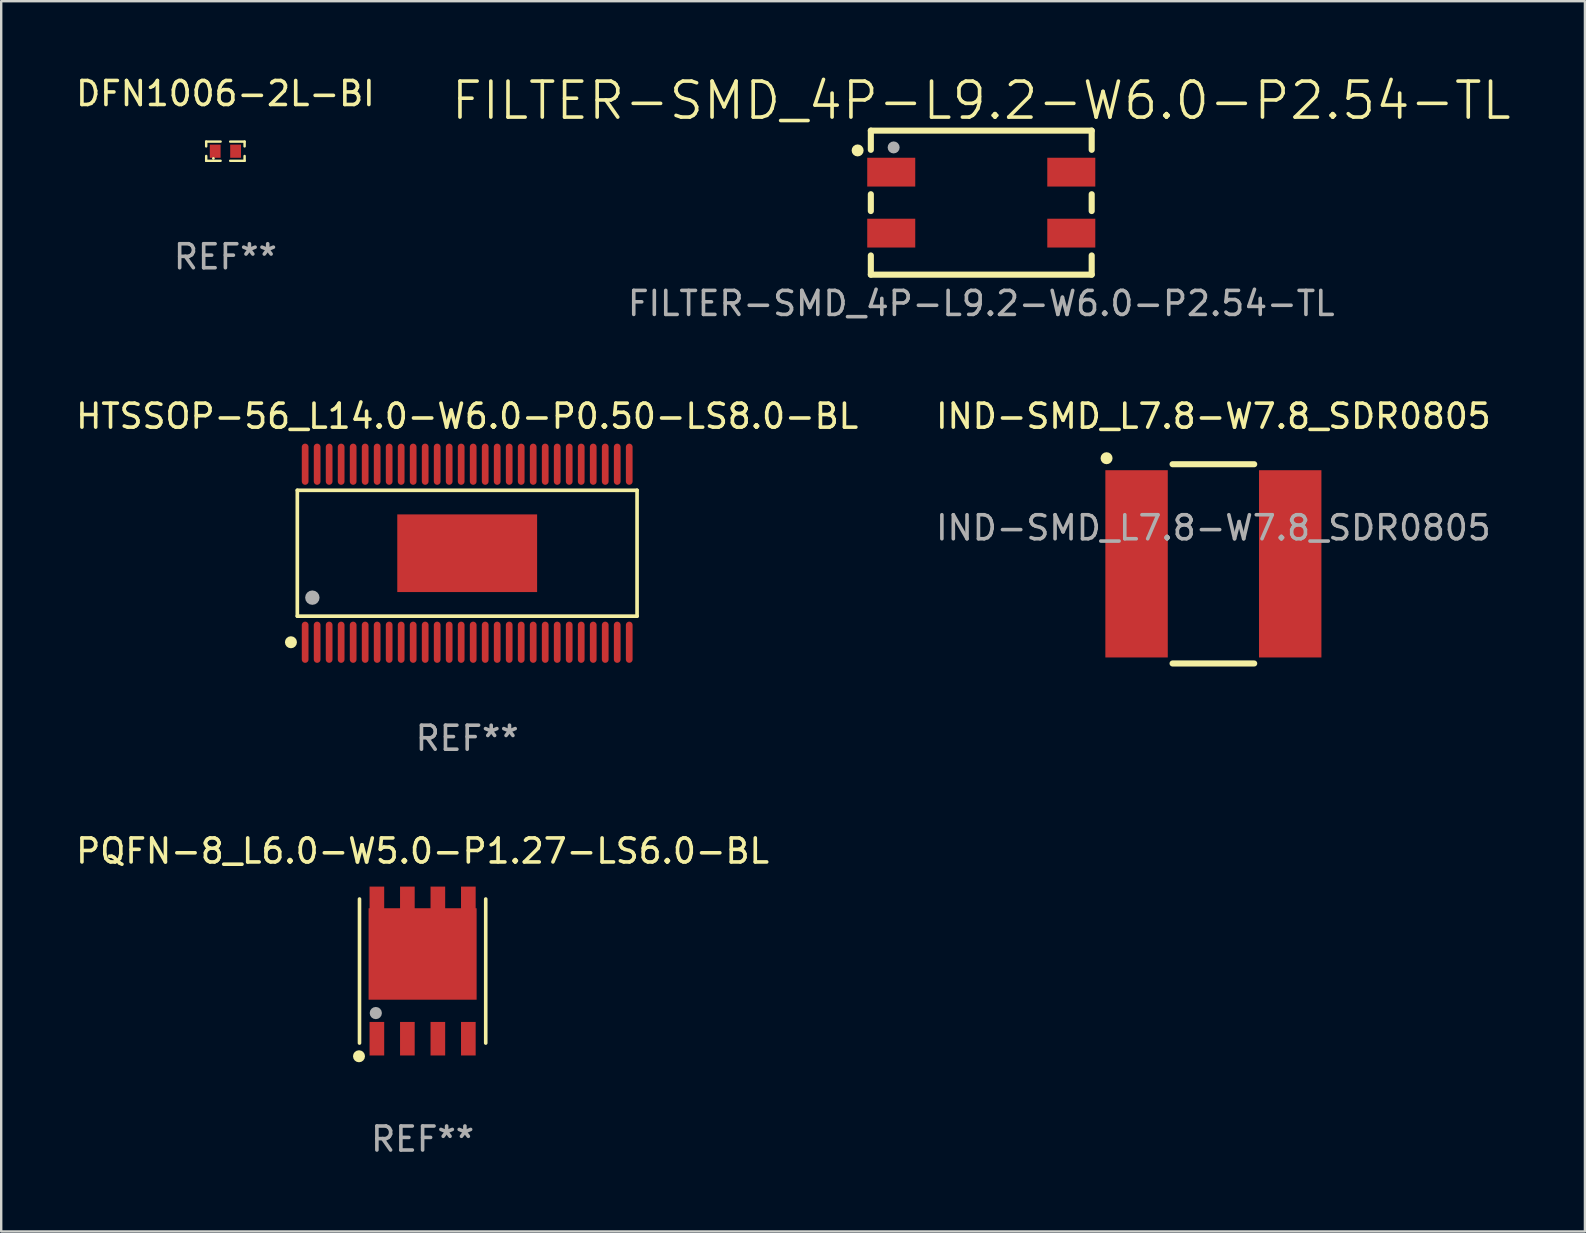
<source format=kicad_pcb>
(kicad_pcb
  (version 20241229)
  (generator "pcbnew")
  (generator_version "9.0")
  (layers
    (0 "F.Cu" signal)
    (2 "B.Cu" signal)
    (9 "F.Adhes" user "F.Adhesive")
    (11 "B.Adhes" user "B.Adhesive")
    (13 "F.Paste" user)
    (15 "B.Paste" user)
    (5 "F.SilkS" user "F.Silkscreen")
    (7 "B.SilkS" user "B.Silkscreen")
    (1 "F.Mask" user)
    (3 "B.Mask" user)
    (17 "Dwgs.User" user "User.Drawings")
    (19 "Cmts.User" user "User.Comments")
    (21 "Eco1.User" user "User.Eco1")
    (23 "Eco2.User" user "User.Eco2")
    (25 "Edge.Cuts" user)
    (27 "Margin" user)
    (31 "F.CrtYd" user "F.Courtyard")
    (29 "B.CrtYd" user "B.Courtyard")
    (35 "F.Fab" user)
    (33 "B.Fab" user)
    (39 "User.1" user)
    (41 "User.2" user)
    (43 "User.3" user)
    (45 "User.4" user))
  (footprint "DFN1006-2L-BI"
    (layer "F.Cu")
    (at 6.339 3.248)
    (property "Reference" "DFN1006-2L-BI" (at 0 -2.4 0) (layer "F.SilkS") (effects (font (size 1 1) (thickness 0.15))))
    (attr smd)
    (fp_line (start -0.8 -0.4) (end -0.8 -0.2) (stroke (width 0.102) (type solid)) (layer "F.SilkS"))
    (fp_line (start -0.8 0.4) (end -0.8 0.2) (stroke (width 0.102) (type solid)) (layer "F.SilkS"))
    (fp_line (start -0.8 0.4) (end -0.2 0.4) (stroke (width 0.102) (type solid)) (layer "F.SilkS"))
    (fp_line (start -0.2 -0.4) (end -0.8 -0.4) (stroke (width 0.102) (type solid)) (layer "F.SilkS"))
    (fp_line (start 0.2 -0.4) (end 0.8 -0.4) (stroke (width 0.102) (type solid)) (layer "F.SilkS"))
    (fp_line (start 0.2 0.4) (end 0.8 0.4) (stroke (width 0.102) (type solid)) (layer "F.SilkS"))
    (fp_line (start 0.8 -0.4) (end 0.8 -0.2) (stroke (width 0.102) (type solid)) (layer "F.SilkS"))
    (fp_line (start 0.8 0.4) (end 0.8 0.2) (stroke (width 0.102) (type solid)) (layer "F.SilkS"))
    (fp_circle (center -0.5 0.3) (end -0.47 0.3) (stroke (width 0.06) (type solid)) (fill no) (layer "F.SilkS"))
    (fp_text user "REF**" (at 0 4.4 0) (layer "F.Fab") (effects (font (size 1 1) (thickness 0.15))))
    (pad "1" smd rect (at -0.425 0) (size 0.45 0.55) (layers "F.Cu" "F.Mask" "F.Paste"))
    (pad "2" smd rect (at 0.425 0) (size 0.45 0.55) (layers "F.Cu" "F.Mask" "F.Paste")))
  (footprint "FILTER-SMD_4P-L9.2-W6.0-P2.54-TL"
    (layer "F.Cu")
    (at 37.825 5.391)
    (property "Reference" "FILTER-SMD_4P-L9.2-W6.0-P2.54-TL" (at 0 -4.25 0) (layer "F.SilkS") (effects (font (size 1.5 1.5) (thickness 0.15))))
    (attr smd)
    (fp_line (start -4.6 -3) (end 4.6 -3) (stroke (width 0.254) (type solid)) (layer "F.SilkS"))
    (fp_line (start -4.6 -2.2) (end -4.6 -3) (stroke (width 0.254) (type solid)) (layer "F.SilkS"))
    (fp_line (start -4.6 0.35) (end -4.6 -0.35) (stroke (width 0.254) (type solid)) (layer "F.SilkS"))
    (fp_line (start -4.6 3) (end -4.6 2.2) (stroke (width 0.254) (type solid)) (layer "F.SilkS"))
    (fp_line (start 4.6 -3) (end 4.6 -2.2) (stroke (width 0.254) (type solid)) (layer "F.SilkS"))
    (fp_line (start 4.6 -0.35) (end 4.6 0.35) (stroke (width 0.254) (type solid)) (layer "F.SilkS"))
    (fp_line (start 4.6 2.2) (end 4.6 3) (stroke (width 0.254) (type solid)) (layer "F.SilkS"))
    (fp_line (start 4.6 3) (end -4.6 3) (stroke (width 0.254) (type solid)) (layer "F.SilkS"))
    (fp_circle (center -5.15 -2.175) (end -5.025 -2.175) (stroke (width 0.25) (type solid)) (fill no) (layer "F.SilkS"))
    (fp_circle (center -4.6 -3) (end -4.57 -3) (stroke (width 0.06) (type solid)) (fill no) (layer "F.SilkS"))
    (fp_circle (center -3.65 -2.3) (end -3.525 -2.3) (stroke (width 0.25) (type solid)) (fill no) (layer "F.Fab"))
    (fp_text user "${REFERENCE}" (at 0 4.2 0) (layer "F.Fab") (effects (font (size 1 1) (thickness 0.15))))
    (pad "1" smd rect (at -3.75 -1.27) (size 2 1.2) (layers "F.Cu" "F.Mask" "F.Paste"))
    (pad "2" smd rect (at -3.75 1.27) (size 2 1.2) (layers "F.Cu" "F.Mask" "F.Paste"))
    (pad "3" smd rect (at 3.75 1.27) (size 2 1.2) (layers "F.Cu" "F.Mask" "F.Paste"))
    (pad "4" smd rect (at 3.75 -1.27) (size 2 1.2) (layers "F.Cu" "F.Mask" "F.Paste")))
  (footprint "IND-SMD_L7.8-W7.8_SDR0805"
    (layer "F.Cu")
    (at 47.494 20.437)
    (property "Reference" "IND-SMD_L7.8-W7.8_SDR0805" (at 0 -6.15 0) (layer "F.SilkS") (effects (font (size 1 1) (thickness 0.15))))
    (attr smd)
    (fp_line (start -1.7 -4.15) (end 1.7 -4.15) (stroke (width 0.254) (type solid)) (layer "F.SilkS"))
    (fp_line (start 1.7 4.15) (end -1.7 4.15) (stroke (width 0.254) (type solid)) (layer "F.SilkS"))
    (fp_circle (center -4.45 -4.4) (end -4.325 -4.4) (stroke (width 0.25) (type solid)) (fill no) (layer "F.SilkS"))
    (fp_text user "${REFERENCE}" (at 0 -1.5 0) (layer "F.Fab") (effects (font (size 1 1) (thickness 0.15))))
    (pad "1" smd rect (at -3.2 0 180) (size 2.6 7.8) (layers "F.Cu" "F.Mask" "F.Paste"))
    (pad "2" smd rect (at 3.2 0 180) (size 2.6 7.8) (layers "F.Cu" "F.Mask" "F.Paste")))
  (footprint "PQFN-8_L6.0-W5.0-P1.27-LS6.0-BL"
    (layer "F.Cu")
    (at 14.554 37.399)
    (property "Reference" "PQFN-8_L6.0-W5.0-P1.27-LS6.0-BL" (at 0.000025 -5 0) (layer "F.SilkS") (effects (font (size 1 1) (thickness 0.15))))
    (attr smd)
    (fp_line (start -2.629 3) (end -2.629 -3) (stroke (width 0.15) (type solid)) (layer "F.SilkS"))
    (fp_line (start 2.629 3) (end 2.629 -3) (stroke (width 0.15) (type solid)) (layer "F.SilkS"))
    (fp_arc (start -2.650002 3.549728) (mid -2.650001 3.549864) (end -2.65 3.55) (stroke (width 0.25) (type solid)) (layer "F.SilkS"))
    (fp_circle (center -2.65 3.55) (end -2.525 3.55) (stroke (width 0.25) (type solid)) (fill no) (layer "F.SilkS"))
    (fp_circle (center -1.95 1.75) (end -1.823 1.75) (stroke (width 0.254) (type solid)) (fill no) (layer "F.Fab"))
    (fp_text user "REF**" (at 0.000025 7 0) (layer "F.Fab") (effects (font (size 1 1) (thickness 0.15))))
    (pad "1" smd rect (at -1.905 2.819) (size 0.61 1.397) (layers "F.Cu" "F.Mask" "F.Paste"))
    (pad "2" smd rect (at -0.635 2.819) (size 0.61 1.397) (layers "F.Cu" "F.Mask" "F.Paste"))
    (pad "3" smd rect (at 0.635 2.819) (size 0.61 1.397) (layers "F.Cu" "F.Mask" "F.Paste"))
    (pad "4" smd rect (at 1.905 2.819) (size 0.61 1.397) (layers "F.Cu" "F.Mask" "F.Paste"))
    (pad "5" smd rect (at -1.905 -2.819) (size 0.61 1.397) (layers "F.Cu" "F.Mask" "F.Paste"))
    (pad "5" smd rect (at -0.635 -2.819) (size 0.61 1.397) (layers "F.Cu" "F.Mask" "F.Paste"))
    (pad "5" smd rect (at 0 -0.711 90) (size 3.81 4.5) (layers "F.Cu" "F.Mask" "F.Paste"))
    (pad "5" smd rect (at 0.635 -2.819) (size 0.61 1.397) (layers "F.Cu" "F.Mask" "F.Paste"))
    (pad "5" smd rect (at 1.905 -2.819) (size 0.61 1.397) (layers "F.Cu" "F.Mask" "F.Paste")))
  (footprint "HTSSOP-56_L14.0-W6.0-P0.50-LS8.0-BL"
    (layer "F.Cu")
    (at 16.411 19.995)
    (property "Reference" "HTSSOP-56_L14.0-W6.0-P0.50-LS8.0-BL" (at 0 -5.708 0) (layer "F.SilkS") (effects (font (size 1 1) (thickness 0.15))))
    (attr smd)
    (fp_line (start -7.076 -2.622) (end 7.076 -2.622) (stroke (width 0.152) (type solid)) (layer "F.SilkS"))
    (fp_line (start -7.076 2.621) (end -7.076 -2.622) (stroke (width 0.152) (type solid)) (layer "F.SilkS"))
    (fp_line (start 7.076 -2.622) (end 7.076 2.621) (stroke (width 0.152) (type solid)) (layer "F.SilkS"))
    (fp_line (start 7.076 2.621) (end -7.076 2.621) (stroke (width 0.152) (type solid)) (layer "F.SilkS"))
    (fp_circle (center -7.342 3.708) (end -7.217 3.708) (stroke (width 0.25) (type solid)) (fill no) (layer "F.SilkS"))
    (fp_circle (center -6.45 1.85) (end -6.3 1.85) (stroke (width 0.3) (type solid)) (fill no) (layer "F.Fab"))
    (fp_text user "REF**" (at 0 7.708 0) (layer "F.Fab") (effects (font (size 1 1) (thickness 0.15))))
    (pad "1" smd oval (at -6.75 3.708) (size 0.28 1.715) (layers "F.Cu" "F.Mask" "F.Paste"))
    (pad "2" smd oval (at -6.25 3.708) (size 0.28 1.715) (layers "F.Cu" "F.Mask" "F.Paste"))
    (pad "3" smd oval (at -5.75 3.708) (size 0.28 1.715) (layers "F.Cu" "F.Mask" "F.Paste"))
    (pad "4" smd oval (at -5.25 3.708) (size 0.28 1.715) (layers "F.Cu" "F.Mask" "F.Paste"))
    (pad "5" smd oval (at -4.75 3.708) (size 0.28 1.715) (layers "F.Cu" "F.Mask" "F.Paste"))
    (pad "6" smd oval (at -4.25 3.708) (size 0.28 1.715) (layers "F.Cu" "F.Mask" "F.Paste"))
    (pad "7" smd oval (at -3.75 3.708) (size 0.28 1.715) (layers "F.Cu" "F.Mask" "F.Paste"))
    (pad "8" smd oval (at -3.25 3.708) (size 0.28 1.715) (layers "F.Cu" "F.Mask" "F.Paste"))
    (pad "9" smd oval (at -2.75 3.708) (size 0.28 1.715) (layers "F.Cu" "F.Mask" "F.Paste"))
    (pad "10" smd oval (at -2.25 3.708) (size 0.28 1.715) (layers "F.Cu" "F.Mask" "F.Paste"))
    (pad "11" smd oval (at -1.75 3.708) (size 0.28 1.715) (layers "F.Cu" "F.Mask" "F.Paste"))
    (pad "12" smd oval (at -1.25 3.708) (size 0.28 1.715) (layers "F.Cu" "F.Mask" "F.Paste"))
    (pad "13" smd oval (at -0.75 3.708) (size 0.28 1.715) (layers "F.Cu" "F.Mask" "F.Paste"))
    (pad "14" smd oval (at -0.25 3.708) (size 0.28 1.715) (layers "F.Cu" "F.Mask" "F.Paste"))
    (pad "15" smd oval (at 0.25 3.708) (size 0.28 1.715) (layers "F.Cu" "F.Mask" "F.Paste"))
    (pad "16" smd oval (at 0.75 3.708) (size 0.28 1.715) (layers "F.Cu" "F.Mask" "F.Paste"))
    (pad "17" smd oval (at 1.25 3.708) (size 0.28 1.715) (layers "F.Cu" "F.Mask" "F.Paste"))
    (pad "18" smd oval (at 1.75 3.708) (size 0.28 1.715) (layers "F.Cu" "F.Mask" "F.Paste"))
    (pad "19" smd oval (at 2.25 3.708) (size 0.28 1.715) (layers "F.Cu" "F.Mask" "F.Paste"))
    (pad "20" smd oval (at 2.75 3.708) (size 0.28 1.715) (layers "F.Cu" "F.Mask" "F.Paste"))
    (pad "21" smd oval (at 3.25 3.708) (size 0.28 1.715) (layers "F.Cu" "F.Mask" "F.Paste"))
    (pad "22" smd oval (at 3.75 3.708) (size 0.28 1.715) (layers "F.Cu" "F.Mask" "F.Paste"))
    (pad "23" smd oval (at 4.25 3.708) (size 0.28 1.715) (layers "F.Cu" "F.Mask" "F.Paste"))
    (pad "24" smd oval (at 4.75 3.708) (size 0.28 1.715) (layers "F.Cu" "F.Mask" "F.Paste"))
    (pad "25" smd oval (at 5.25 3.708) (size 0.28 1.715) (layers "F.Cu" "F.Mask" "F.Paste"))
    (pad "26" smd oval (at 5.75 3.708) (size 0.28 1.715) (layers "F.Cu" "F.Mask" "F.Paste"))
    (pad "27" smd oval (at 6.25 3.708) (size 0.28 1.715) (layers "F.Cu" "F.Mask" "F.Paste"))
    (pad "28" smd oval (at 6.75 3.708) (size 0.28 1.715) (layers "F.Cu" "F.Mask" "F.Paste"))
    (pad "29" smd oval (at 6.75 -3.708) (size 0.28 1.715) (layers "F.Cu" "F.Mask" "F.Paste"))
    (pad "30" smd oval (at 6.25 -3.708) (size 0.28 1.715) (layers "F.Cu" "F.Mask" "F.Paste"))
    (pad "31" smd oval (at 5.75 -3.708) (size 0.28 1.715) (layers "F.Cu" "F.Mask" "F.Paste"))
    (pad "32" smd oval (at 5.25 -3.708) (size 0.28 1.715) (layers "F.Cu" "F.Mask" "F.Paste"))
    (pad "33" smd oval (at 4.75 -3.708) (size 0.28 1.715) (layers "F.Cu" "F.Mask" "F.Paste"))
    (pad "34" smd oval (at 4.25 -3.708) (size 0.28 1.715) (layers "F.Cu" "F.Mask" "F.Paste"))
    (pad "35" smd oval (at 3.75 -3.708) (size 0.28 1.715) (layers "F.Cu" "F.Mask" "F.Paste"))
    (pad "36" smd oval (at 3.25 -3.708) (size 0.28 1.715) (layers "F.Cu" "F.Mask" "F.Paste"))
    (pad "37" smd oval (at 2.75 -3.708) (size 0.28 1.715) (layers "F.Cu" "F.Mask" "F.Paste"))
    (pad "38" smd oval (at 2.25 -3.708) (size 0.28 1.715) (layers "F.Cu" "F.Mask" "F.Paste"))
    (pad "39" smd oval (at 1.75 -3.708) (size 0.28 1.715) (layers "F.Cu" "F.Mask" "F.Paste"))
    (pad "40" smd oval (at 1.25 -3.708) (size 0.28 1.715) (layers "F.Cu" "F.Mask" "F.Paste"))
    (pad "41" smd oval (at 0.75 -3.708) (size 0.28 1.715) (layers "F.Cu" "F.Mask" "F.Paste"))
    (pad "42" smd oval (at 0.25 -3.708) (size 0.28 1.715) (layers "F.Cu" "F.Mask" "F.Paste"))
    (pad "43" smd oval (at -0.25 -3.708) (size 0.28 1.715) (layers "F.Cu" "F.Mask" "F.Paste"))
    (pad "44" smd oval (at -0.75 -3.708) (size 0.28 1.715) (layers "F.Cu" "F.Mask" "F.Paste"))
    (pad "45" smd oval (at -1.25 -3.708) (size 0.28 1.715) (layers "F.Cu" "F.Mask" "F.Paste"))
    (pad "46" smd oval (at -1.75 -3.708) (size 0.28 1.715) (layers "F.Cu" "F.Mask" "F.Paste"))
    (pad "47" smd oval (at -2.25 -3.708) (size 0.28 1.715) (layers "F.Cu" "F.Mask" "F.Paste"))
    (pad "48" smd oval (at -2.75 -3.708) (size 0.28 1.715) (layers "F.Cu" "F.Mask" "F.Paste"))
    (pad "49" smd oval (at -3.25 -3.708) (size 0.28 1.715) (layers "F.Cu" "F.Mask" "F.Paste"))
    (pad "50" smd oval (at -3.75 -3.708) (size 0.28 1.715) (layers "F.Cu" "F.Mask" "F.Paste"))
    (pad "51" smd oval (at -4.25 -3.708) (size 0.28 1.715) (layers "F.Cu" "F.Mask" "F.Paste"))
    (pad "52" smd oval (at -4.75 -3.708) (size 0.28 1.715) (layers "F.Cu" "F.Mask" "F.Paste"))
    (pad "53" smd oval (at -5.25 -3.708) (size 0.28 1.715) (layers "F.Cu" "F.Mask" "F.Paste"))
    (pad "54" smd oval (at -5.75 -3.708) (size 0.28 1.715) (layers "F.Cu" "F.Mask" "F.Paste"))
    (pad "55" smd oval (at -6.25 -3.708) (size 0.28 1.715) (layers "F.Cu" "F.Mask" "F.Paste"))
    (pad "56" smd oval (at -6.75 -3.708) (size 0.28 1.715) (layers "F.Cu" "F.Mask" "F.Paste"))
    (pad "57" smd rect (at 0 -0.000127) (size 5.825 3.235) (layers "F.Cu" "F.Mask" "F.Paste")))
  (gr_rect
    (start -3 -3)
    (end 62.971 48.247)
    (stroke (width 0.1) (type default))
    (fill no)
    (layer "Edge.Cuts")))
</source>
